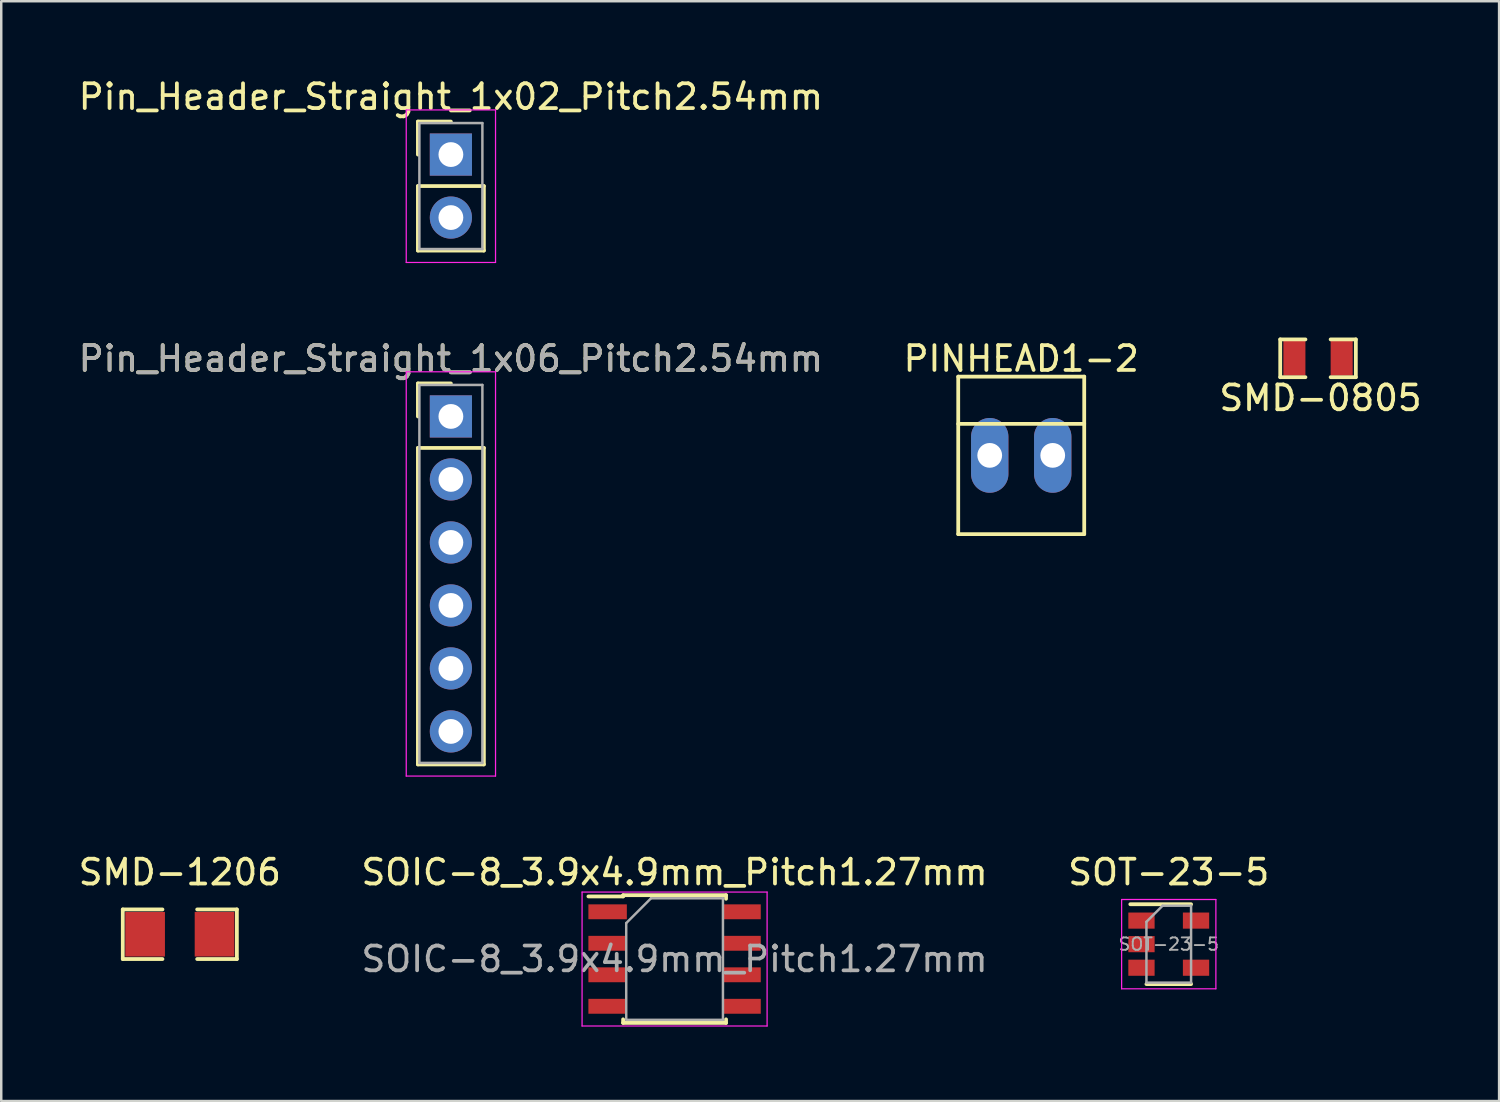
<source format=kicad_pcb>
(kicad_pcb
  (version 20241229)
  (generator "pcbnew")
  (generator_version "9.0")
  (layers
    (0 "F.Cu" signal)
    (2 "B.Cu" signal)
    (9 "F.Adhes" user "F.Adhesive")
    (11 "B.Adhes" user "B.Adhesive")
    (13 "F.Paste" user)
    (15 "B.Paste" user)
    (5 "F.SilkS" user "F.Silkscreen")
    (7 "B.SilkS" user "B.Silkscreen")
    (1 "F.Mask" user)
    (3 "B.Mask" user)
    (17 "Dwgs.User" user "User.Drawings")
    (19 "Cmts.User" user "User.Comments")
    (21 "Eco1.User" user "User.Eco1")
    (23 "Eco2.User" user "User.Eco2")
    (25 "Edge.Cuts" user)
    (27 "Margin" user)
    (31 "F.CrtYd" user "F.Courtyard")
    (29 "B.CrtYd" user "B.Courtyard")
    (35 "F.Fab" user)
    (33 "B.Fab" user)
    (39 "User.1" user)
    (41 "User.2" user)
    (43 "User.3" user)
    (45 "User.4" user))
  (footprint "SMD-0805"
    (layer "F.Cu")
    (at 50.091 11.396)
    (property "Reference" "SMD-0805" (at 0.1 1.6 0) (layer "F.SilkS") (effects (font (size 1 1) (thickness 0.152))))
    (attr smd)
    (fp_line (start -1.524 -0.762) (end -0.508 -0.762) (stroke (width 0.152) (type solid)) (layer "F.SilkS"))
    (fp_line (start -1.524 0.762) (end -1.524 -0.762) (stroke (width 0.152) (type solid)) (layer "F.SilkS"))
    (fp_line (start -0.508 0.762) (end -1.524 0.762) (stroke (width 0.152) (type solid)) (layer "F.SilkS"))
    (fp_line (start 0.508 -0.762) (end 1.524 -0.762) (stroke (width 0.152) (type solid)) (layer "F.SilkS"))
    (fp_line (start 1.524 -0.762) (end 1.524 0.762) (stroke (width 0.152) (type solid)) (layer "F.SilkS"))
    (fp_line (start 1.524 0.762) (end 0.508 0.762) (stroke (width 0.152) (type solid)) (layer "F.SilkS"))
    (pad "1" smd rect (at -0.953 0) (size 0.889 1.397) (layers "F.Cu" "F.Mask" "F.Paste"))
    (pad "2" smd rect (at 0.953 0) (size 0.889 1.397) (layers "F.Cu" "F.Mask" "F.Paste")))
  (footprint "SMD-1206"
    (layer "F.Cu")
    (at 4.2 34.617)
    (property "Reference" "SMD-1206" (at 0 -2.5 0) (layer "F.SilkS") (effects (font (size 1 1) (thickness 0.152))))
    (attr smd)
    (fp_line (start -2.3 -1) (end -2.3 1) (stroke (width 0.152) (type solid)) (layer "F.SilkS"))
    (fp_line (start -2.3 1) (end -0.7 1) (stroke (width 0.152) (type solid)) (layer "F.SilkS"))
    (fp_line (start -0.7 -1) (end -2.3 -1) (stroke (width 0.152) (type solid)) (layer "F.SilkS"))
    (fp_line (start 0.7 1) (end 2.3 1) (stroke (width 0.152) (type solid)) (layer "F.SilkS"))
    (fp_line (start 2.3 -1) (end 0.7 -1) (stroke (width 0.152) (type solid)) (layer "F.SilkS"))
    (fp_line (start 2.3 1) (end 2.3 -1) (stroke (width 0.152) (type solid)) (layer "F.SilkS"))
    (pad "1" smd rect (at -1.4 0) (size 1.6 1.8) (layers "F.Cu" "F.Mask" "F.Paste"))
    (pad "2" smd rect (at 1.4 0) (size 1.6 1.8) (layers "F.Cu" "F.Mask" "F.Paste")))
  (footprint "SOIC-8_3.9x4.9mm_Pitch1.27mm"
    (layer "F.Cu")
    (at 24.148 35.617)
    (property "Reference" "SOIC-8_3.9x4.9mm_Pitch1.27mm" (at 0 -3.5 0) (layer "F.SilkS") (effects (font (size 1 1) (thickness 0.152))))
    (attr smd)
    (fp_line (start -2.075 -2.575) (end -2.075 -2.525) (stroke (width 0.15) (type solid)) (layer "F.SilkS"))
    (fp_line (start -2.075 -2.575) (end 2.075 -2.575) (stroke (width 0.152) (type solid)) (layer "F.SilkS"))
    (fp_line (start -2.075 -2.525) (end -3.475 -2.525) (stroke (width 0.152) (type solid)) (layer "F.SilkS"))
    (fp_line (start -2.075 2.575) (end -2.075 2.43) (stroke (width 0.152) (type solid)) (layer "F.SilkS"))
    (fp_line (start -2.075 2.575) (end 2.075 2.575) (stroke (width 0.152) (type solid)) (layer "F.SilkS"))
    (fp_line (start 2.075 -2.575) (end 2.075 -2.43) (stroke (width 0.152) (type solid)) (layer "F.SilkS"))
    (fp_line (start 2.075 2.575) (end 2.075 2.43) (stroke (width 0.152) (type solid)) (layer "F.SilkS"))
    (fp_line (start -3.73 -2.7) (end -3.73 2.7) (stroke (width 0.05) (type solid)) (layer "F.CrtYd"))
    (fp_line (start -3.73 -2.7) (end 3.73 -2.7) (stroke (width 0.05) (type solid)) (layer "F.CrtYd"))
    (fp_line (start -3.73 2.7) (end 3.73 2.7) (stroke (width 0.05) (type solid)) (layer "F.CrtYd"))
    (fp_line (start 3.73 -2.7) (end 3.73 2.7) (stroke (width 0.05) (type solid)) (layer "F.CrtYd"))
    (fp_line (start -1.95 -1.45) (end -0.95 -2.45) (stroke (width 0.1) (type solid)) (layer "F.Fab"))
    (fp_line (start -1.95 2.45) (end -1.95 -1.45) (stroke (width 0.1) (type solid)) (layer "F.Fab"))
    (fp_line (start -0.95 -2.45) (end 1.95 -2.45) (stroke (width 0.1) (type solid)) (layer "F.Fab"))
    (fp_line (start 1.95 -2.45) (end 1.95 2.45) (stroke (width 0.1) (type solid)) (layer "F.Fab"))
    (fp_line (start 1.95 2.45) (end -1.95 2.45) (stroke (width 0.1) (type solid)) (layer "F.Fab"))
    (fp_text user "${REFERENCE}" (at 0 0 0) (layer "F.Fab") (effects (font (size 1 1) (thickness 0.15))))
    (pad "1" smd rect (at -2.7 -1.905) (size 1.55 0.6) (layers "F.Cu" "F.Mask" "F.Paste"))
    (pad "2" smd rect (at -2.7 -0.635) (size 1.55 0.6) (layers "F.Cu" "F.Mask" "F.Paste"))
    (pad "3" smd rect (at -2.7 0.635) (size 1.55 0.6) (layers "F.Cu" "F.Mask" "F.Paste"))
    (pad "4" smd rect (at -2.7 1.905) (size 1.55 0.6) (layers "F.Cu" "F.Mask" "F.Paste"))
    (pad "5" smd rect (at 2.7 1.905) (size 1.55 0.6) (layers "F.Cu" "F.Mask" "F.Paste"))
    (pad "6" smd rect (at 2.7 0.635) (size 1.55 0.6) (layers "F.Cu" "F.Mask" "F.Paste"))
    (pad "7" smd rect (at 2.7 -0.635) (size 1.55 0.6) (layers "F.Cu" "F.Mask" "F.Paste"))
    (pad "8" smd rect (at 2.7 -1.905) (size 1.55 0.6) (layers "F.Cu" "F.Mask" "F.Paste")))
  (footprint "Pin_Header_Straight_1x02_Pitch2.54mm"
    (layer "F.Cu")
    (at 15.129 3.182)
    (property "Reference" "Pin_Header_Straight_1x02_Pitch2.54mm" (at 0 -2.33 0) (layer "F.SilkS") (effects (font (size 1 1) (thickness 0.152))))
    (attr through_hole)
    (fp_line (start -1.33 -1.33) (end 0 -1.33) (stroke (width 0.152) (type solid)) (layer "F.SilkS"))
    (fp_line (start -1.33 0) (end -1.33 -1.33) (stroke (width 0.152) (type solid)) (layer "F.SilkS"))
    (fp_line (start -1.33 1.27) (end -1.33 3.87) (stroke (width 0.152) (type solid)) (layer "F.SilkS"))
    (fp_line (start -1.33 3.87) (end 1.33 3.87) (stroke (width 0.152) (type solid)) (layer "F.SilkS"))
    (fp_line (start 1.33 1.27) (end -1.33 1.27) (stroke (width 0.152) (type solid)) (layer "F.SilkS"))
    (fp_line (start 1.33 3.87) (end 1.33 1.27) (stroke (width 0.152) (type solid)) (layer "F.SilkS"))
    (fp_line (start -1.8 -1.8) (end -1.8 4.35) (stroke (width 0.05) (type solid)) (layer "F.CrtYd"))
    (fp_line (start -1.8 4.35) (end 1.8 4.35) (stroke (width 0.05) (type solid)) (layer "F.CrtYd"))
    (fp_line (start 1.8 -1.8) (end -1.8 -1.8) (stroke (width 0.05) (type solid)) (layer "F.CrtYd"))
    (fp_line (start 1.8 4.35) (end 1.8 -1.8) (stroke (width 0.05) (type solid)) (layer "F.CrtYd"))
    (fp_line (start -1.27 -1.27) (end -1.27 3.81) (stroke (width 0.1) (type solid)) (layer "F.Fab"))
    (fp_line (start -1.27 3.81) (end 1.27 3.81) (stroke (width 0.1) (type solid)) (layer "F.Fab"))
    (fp_line (start 1.27 -1.27) (end -1.27 -1.27) (stroke (width 0.1) (type solid)) (layer "F.Fab"))
    (fp_line (start 1.27 3.81) (end 1.27 -1.27) (stroke (width 0.1) (type solid)) (layer "F.Fab"))
    (pad "1" thru_hole rect (at 0 0) (size 1.7 1.7) (drill 1) (layers "*.Cu" "*.Mask"))
    (pad "2" thru_hole oval (at 0 2.54) (size 1.7 1.7) (drill 1) (layers "*.Cu" "*.Mask")))
  (footprint "PINHEAD1-2"
    (layer "F.Cu")
    (at 38.124 15.31)
    (property "Reference" "PINHEAD1-2" (at 0 -3.9 0) (layer "F.SilkS") (effects (font (size 1 1) (thickness 0.152))))
    (attr exclude_from_pos_files exclude_from_bom)
    (fp_line (start -2.54 -3.175) (end -2.54 3.175) (stroke (width 0.152) (type solid)) (layer "F.SilkS"))
    (fp_line (start -2.54 -3.175) (end 2.54 -3.175) (stroke (width 0.152) (type solid)) (layer "F.SilkS"))
    (fp_line (start 2.54 -3.175) (end 2.54 3.175) (stroke (width 0.152) (type solid)) (layer "F.SilkS"))
    (fp_line (start 2.54 -1.27) (end -2.54 -1.27) (stroke (width 0.152) (type solid)) (layer "F.SilkS"))
    (fp_line (start 2.54 3.175) (end -2.54 3.175) (stroke (width 0.152) (type solid)) (layer "F.SilkS"))
    (pad "1" thru_hole oval (at -1.27 0) (size 1.506 3.015) (drill 0.998) (layers "*.Cu" "*.Mask"))
    (pad "2" thru_hole oval (at 1.27 0) (size 1.506 3.015) (drill 0.998) (layers "*.Cu" "*.Mask")))
  (footprint "SOT-23-5"
    (layer "F.Cu")
    (at 44.072 35.017)
    (property "Reference" "SOT-23-5" (at 0 -2.9 0) (layer "F.SilkS") (effects (font (size 1 1) (thickness 0.152))))
    (attr smd)
    (fp_line (start -0.9 1.61) (end 0.9 1.61) (stroke (width 0.152) (type solid)) (layer "F.SilkS"))
    (fp_line (start 0.9 -1.61) (end -1.55 -1.61) (stroke (width 0.152) (type solid)) (layer "F.SilkS"))
    (fp_line (start -1.9 -1.8) (end 1.9 -1.8) (stroke (width 0.05) (type solid)) (layer "F.CrtYd"))
    (fp_line (start -1.9 1.8) (end -1.9 -1.8) (stroke (width 0.05) (type solid)) (layer "F.CrtYd"))
    (fp_line (start 1.9 -1.8) (end 1.9 1.8) (stroke (width 0.05) (type solid)) (layer "F.CrtYd"))
    (fp_line (start 1.9 1.8) (end -1.9 1.8) (stroke (width 0.05) (type solid)) (layer "F.CrtYd"))
    (fp_line (start -0.9 -0.9) (end -0.9 1.55) (stroke (width 0.1) (type solid)) (layer "F.Fab"))
    (fp_line (start -0.9 -0.9) (end -0.25 -1.55) (stroke (width 0.1) (type solid)) (layer "F.Fab"))
    (fp_line (start 0.9 -1.55) (end -0.25 -1.55) (stroke (width 0.1) (type solid)) (layer "F.Fab"))
    (fp_line (start 0.9 -1.55) (end 0.9 1.55) (stroke (width 0.1) (type solid)) (layer "F.Fab"))
    (fp_line (start 0.9 1.55) (end -0.9 1.55) (stroke (width 0.1) (type solid)) (layer "F.Fab"))
    (fp_text user "${REFERENCE}" (at 0 0 0) (layer "F.Fab") (effects (font (size 0.5 0.5) (thickness 0.075))))
    (pad "1" smd rect (at -1.1 -0.95) (size 1.06 0.65) (layers "F.Cu" "F.Mask" "F.Paste"))
    (pad "2" smd rect (at -1.1 0) (size 1.06 0.65) (layers "F.Cu" "F.Mask" "F.Paste"))
    (pad "3" smd rect (at -1.1 0.95) (size 1.06 0.65) (layers "F.Cu" "F.Mask" "F.Paste"))
    (pad "4" smd rect (at 1.1 0.95) (size 1.06 0.65) (layers "F.Cu" "F.Mask" "F.Paste"))
    (pad "5" smd rect (at 1.1 -0.95) (size 1.06 0.65) (layers "F.Cu" "F.Mask" "F.Paste")))
  (footprint "Pin_Header_Straight_1x06_Pitch2.54mm"
    (layer "F.Cu")
    (at 15.129 13.74)
    (property "Reference" "Pin_Header_Straight_1x06_Pitch2.54mm" (at 0 -2.33 0) (layer "F.SilkS") (effects (font (size 1 1) (thickness 0.152))))
    (attr through_hole)
    (fp_line (start -1.33 -1.33) (end 0 -1.33) (stroke (width 0.152) (type solid)) (layer "F.SilkS"))
    (fp_line (start -1.33 0) (end -1.33 -1.33) (stroke (width 0.152) (type solid)) (layer "F.SilkS"))
    (fp_line (start -1.33 1.27) (end -1.33 14.03) (stroke (width 0.152) (type solid)) (layer "F.SilkS"))
    (fp_line (start -1.33 14.03) (end 1.33 14.03) (stroke (width 0.152) (type solid)) (layer "F.SilkS"))
    (fp_line (start 1.33 1.27) (end -1.33 1.27) (stroke (width 0.152) (type solid)) (layer "F.SilkS"))
    (fp_line (start 1.33 14.03) (end 1.33 1.27) (stroke (width 0.152) (type solid)) (layer "F.SilkS"))
    (fp_line (start -1.8 -1.8) (end -1.8 14.5) (stroke (width 0.05) (type solid)) (layer "F.CrtYd"))
    (fp_line (start -1.8 14.5) (end 1.8 14.5) (stroke (width 0.05) (type solid)) (layer "F.CrtYd"))
    (fp_line (start 1.8 -1.8) (end -1.8 -1.8) (stroke (width 0.05) (type solid)) (layer "F.CrtYd"))
    (fp_line (start 1.8 14.5) (end 1.8 -1.8) (stroke (width 0.05) (type solid)) (layer "F.CrtYd"))
    (fp_line (start -1.27 -1.27) (end -1.27 13.97) (stroke (width 0.1) (type solid)) (layer "F.Fab"))
    (fp_line (start -1.27 13.97) (end 1.27 13.97) (stroke (width 0.1) (type solid)) (layer "F.Fab"))
    (fp_line (start 1.27 -1.27) (end -1.27 -1.27) (stroke (width 0.1) (type solid)) (layer "F.Fab"))
    (fp_line (start 1.27 13.97) (end 1.27 -1.27) (stroke (width 0.1) (type solid)) (layer "F.Fab"))
    (fp_text user "${REFERENCE}" (at 0 -2.33 0) (layer "F.Fab") (effects (font (size 1 1) (thickness 0.152))))
    (pad "1" thru_hole rect (at 0 0) (size 1.7 1.7) (drill 1) (layers "*.Cu" "*.Mask"))
    (pad "2" thru_hole oval (at 0 2.54) (size 1.7 1.7) (drill 1) (layers "*.Cu" "*.Mask"))
    (pad "3" thru_hole oval (at 0 5.08) (size 1.7 1.7) (drill 1) (layers "*.Cu" "*.Mask"))
    (pad "4" thru_hole oval (at 0 7.62) (size 1.7 1.7) (drill 1) (layers "*.Cu" "*.Mask"))
    (pad "5" thru_hole oval (at 0 10.16) (size 1.7 1.7) (drill 1) (layers "*.Cu" "*.Mask"))
    (pad "6" thru_hole oval (at 0 12.7) (size 1.7 1.7) (drill 1) (layers "*.Cu" "*.Mask")))
  (gr_rect
    (start -3 -3)
    (end 57.391 41.342)
    (stroke (width 0.1) (type default))
    (fill no)
    (layer "Edge.Cuts")))
</source>
